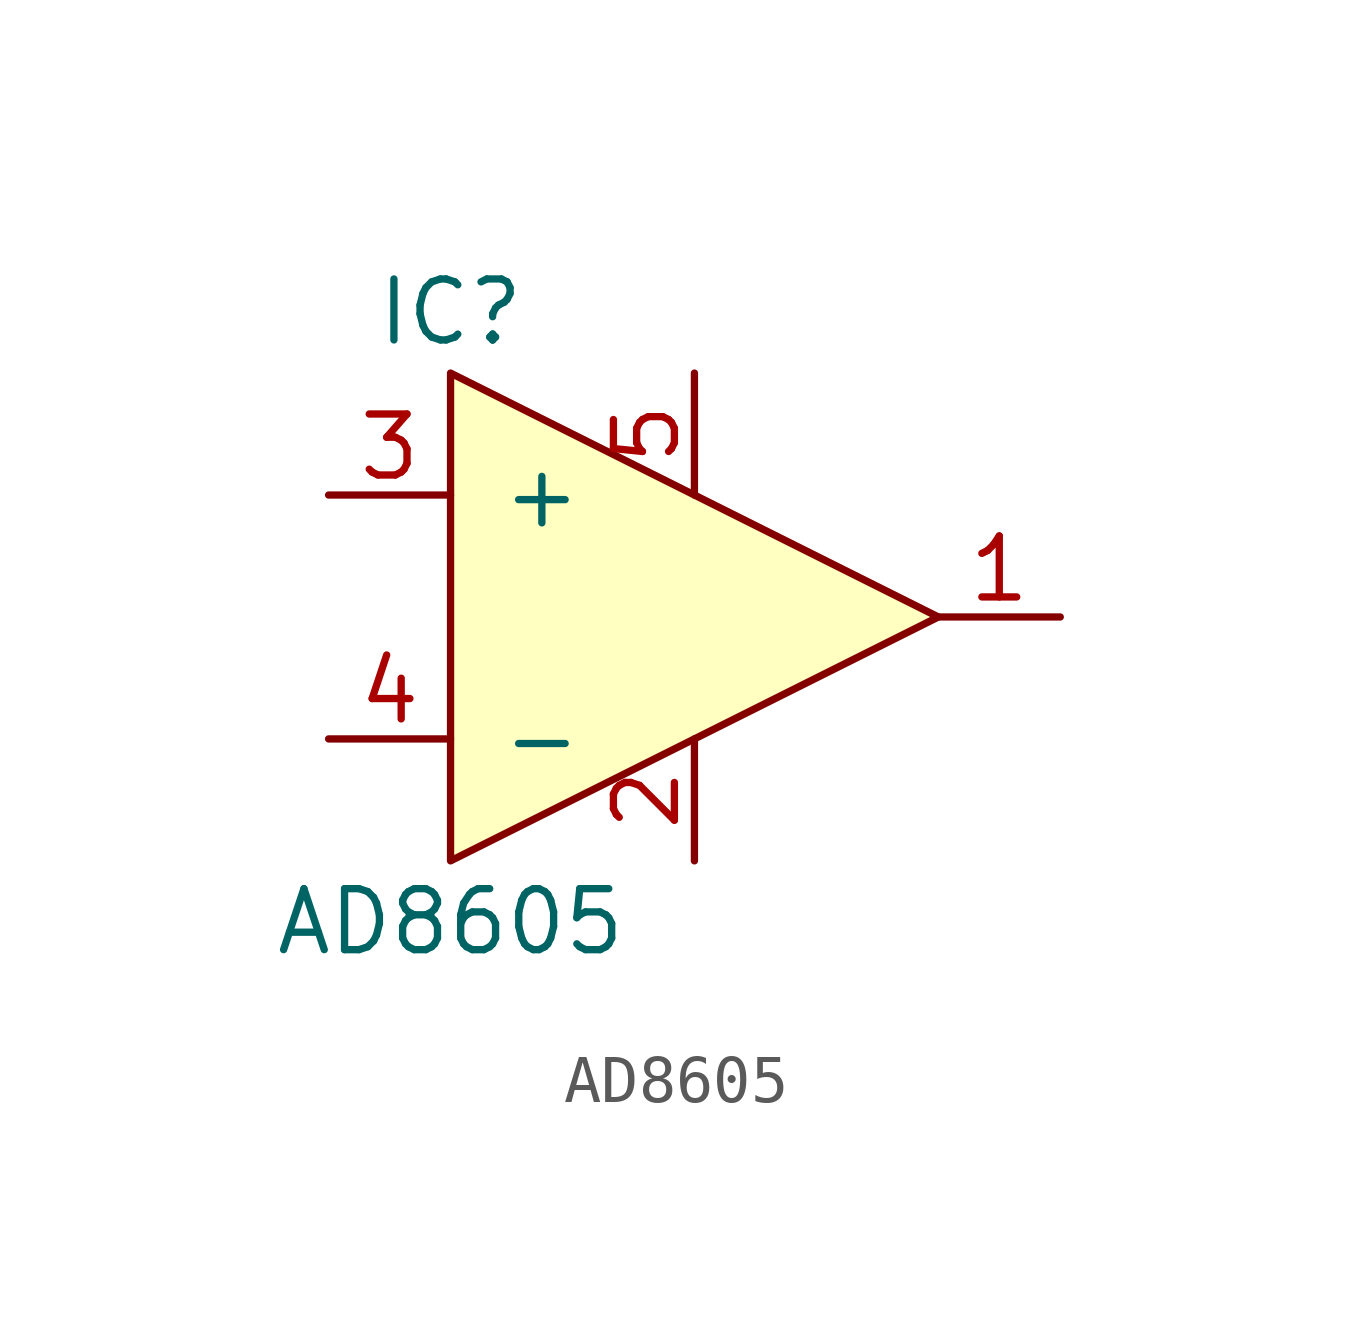
<source format=kicad_sym>
(kicad_symbol_lib
  (version 20211014)
  (generator kicad_symbol_editor)
  (symbol "AD8605"
    (pin_names
      (offset 1.016))
    (property "Reference" "IC"
      (at -2.54 6.35 0)
      (effects (font (size 1.27 1.27))))
    (property "Value" "AD8605"
      (at -2.54 -6.35 0)
      (effects (font (size 1.27 1.27))))
    (symbol "AD8605_0_1"
      (polyline (pts (xy 7.62 0) (xy -2.54 5.08) (xy -2.54 -5.08) (xy 7.62 0)) (stroke (width 0) (type default) (color 0 0 0 0)) (fill (type background))))
    (symbol "AD8605_1_1"
      (pin input line (at 10.16 0 180) (length 2.54) (name "~" (effects (font (size 1.27 1.27)))) (number "1" (effects (font (size 1.27 1.27)))))
      (pin power_in line (at 2.54 -5.08 90) (length 2.54) (name "~" (effects (font (size 1.27 1.27)))) (number "2" (effects (font (size 1.27 1.27)))))
      (pin input line (at -5.08 2.54 0) (length 2.54) (name "+" (effects (font (size 1.27 1.27)))) (number "3" (effects (font (size 1.27 1.27)))))
      (pin input line (at -5.08 -2.54 0) (length 2.54) (name "-" (effects (font (size 1.27 1.27)))) (number "4" (effects (font (size 1.27 1.27)))))
      (pin power_in line (at 2.54 5.08 270) (length 2.54) (name "~" (effects (font (size 1.27 1.27)))) (number "5" (effects (font (size 1.27 1.27))))))))
</source>
